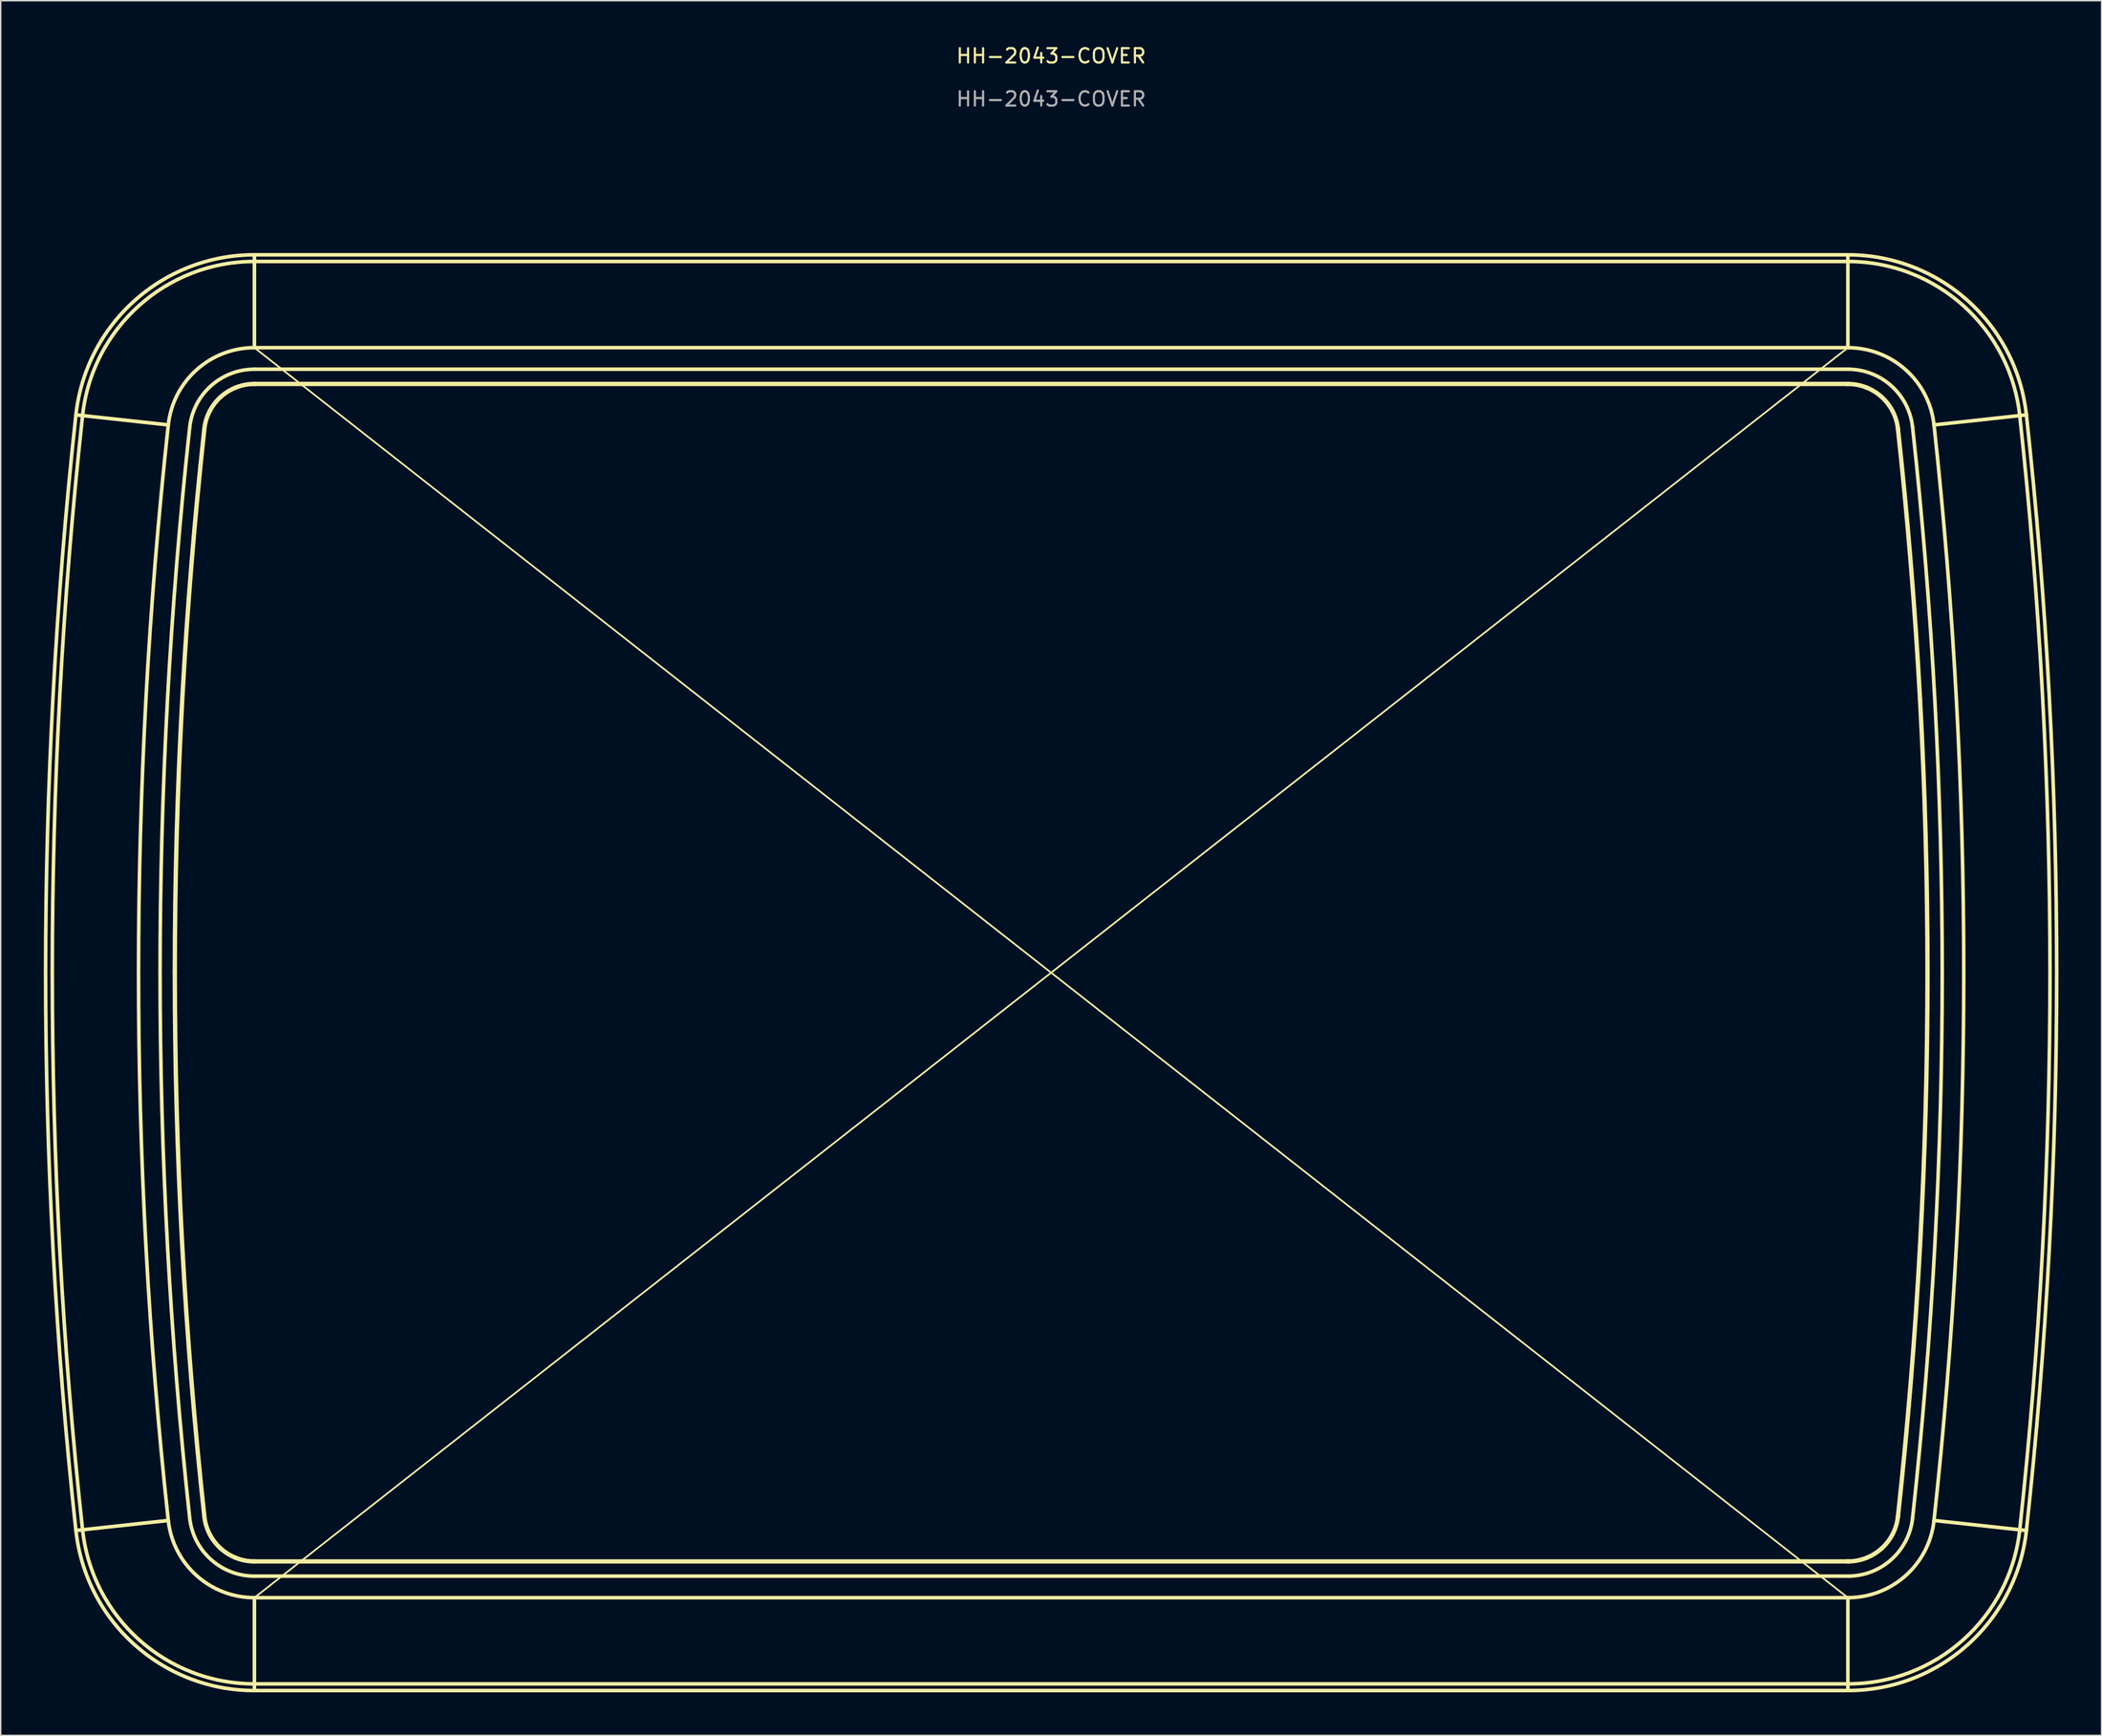
<source format=kicad_pcb>
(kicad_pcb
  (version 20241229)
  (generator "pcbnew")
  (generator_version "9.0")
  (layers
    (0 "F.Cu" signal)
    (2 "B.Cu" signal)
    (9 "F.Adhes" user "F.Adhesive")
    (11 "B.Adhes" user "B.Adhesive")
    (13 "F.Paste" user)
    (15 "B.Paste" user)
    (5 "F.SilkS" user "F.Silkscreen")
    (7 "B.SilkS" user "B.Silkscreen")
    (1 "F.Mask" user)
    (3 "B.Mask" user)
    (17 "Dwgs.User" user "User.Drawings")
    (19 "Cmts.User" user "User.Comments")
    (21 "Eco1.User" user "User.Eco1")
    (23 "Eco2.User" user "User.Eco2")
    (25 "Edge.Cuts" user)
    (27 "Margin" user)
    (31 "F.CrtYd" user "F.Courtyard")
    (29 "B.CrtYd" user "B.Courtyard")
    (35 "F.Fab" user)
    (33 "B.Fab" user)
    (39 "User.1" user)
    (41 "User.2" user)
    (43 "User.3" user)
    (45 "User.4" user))
  (footprint "HH-2043-COVER"
    (layer "F.Cu")
    (at 70.125 64.698)
    (property "Reference" "HH-2043-COVER" (at 0 -63.85 0) (unlocked yes) (layer "F.SilkS") (effects (font (size 1 1) (thickness 0.15))))
    (attr smd)
    (fp_line (start -67.428 -38.803) (end -67.891 -38.853) (stroke (width 0.25) (type solid)) (layer "F.SilkS"))
    (fp_line (start -67.428 -38.803) (end -61.46 -38.153) (stroke (width 0.25) (type solid)) (layer "F.SilkS"))
    (fp_line (start -67.428 38.803) (end -67.891 38.853) (stroke (width 0.25) (type solid)) (layer "F.SilkS"))
    (fp_line (start -67.428 38.803) (end -61.46 38.153) (stroke (width 0.25) (type solid)) (layer "F.SilkS"))
    (fp_line (start -58.923 -37.877) (end -58.975 -37.882) (stroke (width 0.25) (type solid)) (layer "F.SilkS"))
    (fp_line (start -58.923 37.877) (end -58.975 37.882) (stroke (width 0.25) (type solid)) (layer "F.SilkS"))
    (fp_line (start -55.464 40.979) (end -55.464 41.031) (stroke (width 0.25) (type solid)) (layer "F.SilkS"))
    (fp_line (start -55.464 40.979) (end 55.464 40.979) (stroke (width 0.25) (type solid)) (layer "F.SilkS"))
    (fp_line (start -55.464 -49.535) (end -55.464 -50) (stroke (width 0.25) (type solid)) (layer "F.SilkS"))
    (fp_line (start -55.464 -49.535) (end -55.464 -43.531) (stroke (width 0.25) (type solid)) (layer "F.SilkS"))
    (fp_line (start -55.464 -49.535) (end 55.464 -49.535) (stroke (width 0.25) (type solid)) (layer "F.SilkS"))
    (fp_line (start -55.464 -40.979) (end -55.464 -41.031) (stroke (width 0.25) (type solid)) (layer "F.SilkS"))
    (fp_line (start -55.464 41.031) (end 55.464 41.031) (stroke (width 0.25) (type solid)) (layer "F.SilkS"))
    (fp_line (start -55.464 42.031) (end 55.464 42.031) (stroke (width 0.25) (type solid)) (layer "F.SilkS"))
    (fp_line (start -55.464 43.531) (end 55.464 -43.531) (stroke (width 0.12) (type default)) (layer "F.SilkS"))
    (fp_line (start -55.464 43.531) (end 55.464 43.531) (stroke (width 0.25) (type solid)) (layer "F.SilkS"))
    (fp_line (start -55.464 49.535) (end -55.464 43.531) (stroke (width 0.25) (type solid)) (layer "F.SilkS"))
    (fp_line (start -55.464 49.535) (end -55.464 50) (stroke (width 0.25) (type solid)) (layer "F.SilkS"))
    (fp_line (start -55.464 50) (end 55.464 50) (stroke (width 0.25) (type solid)) (layer "F.SilkS"))
    (fp_line (start 55.464 -50) (end -55.464 -50) (stroke (width 0.25) (type solid)) (layer "F.SilkS"))
    (fp_line (start 55.464 -49.535) (end 55.464 -50) (stroke (width 0.25) (type solid)) (layer "F.SilkS"))
    (fp_line (start 55.464 -43.531) (end -55.464 -43.531) (stroke (width 0.25) (type solid)) (layer "F.SilkS"))
    (fp_line (start 55.464 -43.531) (end 55.464 -49.535) (stroke (width 0.25) (type solid)) (layer "F.SilkS"))
    (fp_line (start 55.464 -42.031) (end -55.464 -42.031) (stroke (width 0.25) (type solid)) (layer "F.SilkS"))
    (fp_line (start 55.464 43.531) (end -55.464 -43.531) (stroke (width 0.12) (type default)) (layer "F.SilkS"))
    (fp_line (start 55.464 43.531) (end 55.464 49.535) (stroke (width 0.25) (type solid)) (layer "F.SilkS"))
    (fp_line (start 55.464 49.535) (end -55.464 49.535) (stroke (width 0.25) (type solid)) (layer "F.SilkS"))
    (fp_line (start 55.464 49.535) (end 55.464 50) (stroke (width 0.25) (type solid)) (layer "F.SilkS"))
    (fp_line (start 55.464 -41.031) (end -55.464 -41.031) (stroke (width 0.25) (type solid)) (layer "F.SilkS"))
    (fp_line (start 55.464 -40.979) (end -55.464 -40.979) (stroke (width 0.25) (type solid)) (layer "F.SilkS"))
    (fp_line (start 55.464 -40.979) (end 55.464 -41.031) (stroke (width 0.25) (type solid)) (layer "F.SilkS"))
    (fp_line (start 55.464 40.979) (end 55.464 41.031) (stroke (width 0.25) (type solid)) (layer "F.SilkS"))
    (fp_line (start 58.923 -37.877) (end 58.975 -37.882) (stroke (width 0.25) (type solid)) (layer "F.SilkS"))
    (fp_line (start 58.923 37.877) (end 58.975 37.882) (stroke (width 0.25) (type solid)) (layer "F.SilkS"))
    (fp_line (start 61.46 -38.153) (end 67.428 -38.803) (stroke (width 0.25) (type solid)) (layer "F.SilkS"))
    (fp_line (start 61.46 38.153) (end 67.428 38.803) (stroke (width 0.25) (type solid)) (layer "F.SilkS"))
    (fp_line (start 67.428 -38.803) (end 67.891 -38.853) (stroke (width 0.25) (type solid)) (layer "F.SilkS"))
    (fp_line (start 67.428 38.803) (end 67.891 38.853) (stroke (width 0.25) (type solid)) (layer "F.SilkS"))
    (fp_arc (start -67.890704 -38.853232) (mid -63.81087 -46.805) (end -55.464169 -50) (stroke (width 0.25) (type solid)) (layer "F.SilkS"))
    (fp_arc (start -67.890704 38.853233) (mid -70 0.000001) (end -67.890704 -38.853232) (stroke (width 0.25) (type solid)) (layer "F.SilkS"))
    (fp_arc (start -67.428018 -38.802846) (mid -63.500092 -46.458541) (end -55.464169 -49.534579) (stroke (width 0.25) (type solid)) (layer "F.SilkS"))
    (fp_arc (start -67.428018 38.802847) (mid -69.534579 0.000001) (end -67.428018 -38.802846) (stroke (width 0.25) (type solid)) (layer "F.SilkS"))
    (fp_arc (start -61.460091 -38.152947) (mid -59.491536 -41.98976) (end -55.464169 -43.531369) (stroke (width 0.25) (type solid)) (layer "F.SilkS"))
    (fp_arc (start -61.460091 38.152948) (mid -63.531369 0.000001) (end -61.460091 -38.152947) (stroke (width 0.25) (type solid)) (layer "F.SilkS"))
    (fp_arc (start -59.968907 -37.990559) (mid -58.489933 -40.873162) (end -55.464169 -42.031369) (stroke (width 0.25) (type solid)) (layer "F.SilkS"))
    (fp_arc (start -59.968907 37.99056) (mid -62.031369 0.000001) (end -59.968907 -37.990559) (stroke (width 0.25) (type solid)) (layer "F.SilkS"))
    (fp_arc (start -55.464169 42.031369) (mid -58.48992 40.87314) (end -59.968907 37.99056) (stroke (width 0.25) (type solid)) (layer "F.SilkS"))
    (fp_arc (start -55.464169 43.531369) (mid -59.491523 41.989738) (end -61.460091 38.152948) (stroke (width 0.25) (type solid)) (layer "F.SilkS"))
    (fp_arc (start -55.464169 49.534579) (mid -63.500085 46.458525) (end -67.428018 38.802847) (stroke (width 0.25) (type solid)) (layer "F.SilkS"))
    (fp_arc (start -55.464169 50) (mid -63.810863 46.804983) (end -67.890704 38.853233) (stroke (width 0.25) (type solid)) (layer "F.SilkS"))
    (fp_arc (start 55.464169 -50) (mid 63.810846 -46.804974) (end 67.890703 -38.853232) (stroke (width 0.25) (type solid)) (layer "F.SilkS"))
    (fp_arc (start 55.464169 -49.534579) (mid 63.500068 -46.458515) (end 67.428018 -38.802846) (stroke (width 0.25) (type solid)) (layer "F.SilkS"))
    (fp_arc (start 55.464169 -43.531369) (mid 59.491511 -41.989734) (end 61.46009 -38.152947) (stroke (width 0.25) (type solid)) (layer "F.SilkS"))
    (fp_arc (start 55.464169 -42.031369) (mid 58.489908 -40.873136) (end 59.968906 -37.990559) (stroke (width 0.25) (type solid)) (layer "F.SilkS"))
    (fp_arc (start 59.968906 -37.990559) (mid 62.031369 0) (end 59.968906 37.99056) (stroke (width 0.25) (type solid)) (layer "F.SilkS"))
    (fp_arc (start 59.968906 37.99056) (mid 58.489921 40.873142) (end 55.464169 42.031369) (stroke (width 0.25) (type solid)) (layer "F.SilkS"))
    (fp_arc (start 61.46009 -38.152947) (mid 63.531369 0) (end 61.46009 38.152948) (stroke (width 0.25) (type solid)) (layer "F.SilkS"))
    (fp_arc (start 61.46009 38.152948) (mid 59.491524 41.98974) (end 55.464169 43.531369) (stroke (width 0.25) (type solid)) (layer "F.SilkS"))
    (fp_arc (start 67.428018 -38.802846) (mid 69.534579 0) (end 67.428018 38.802847) (stroke (width 0.25) (type solid)) (layer "F.SilkS"))
    (fp_arc (start 67.428018 38.802847) (mid 63.500081 46.458521) (end 55.464169 49.534579) (stroke (width 0.25) (type solid)) (layer "F.SilkS"))
    (fp_arc (start 67.890703 -38.853232) (mid 70 0) (end 67.890703 38.853233) (stroke (width 0.25) (type solid)) (layer "F.SilkS"))
    (fp_arc (start 67.890703 38.853233) (mid 63.810858 46.804979) (end 55.464169 50) (stroke (width 0.25) (type solid)) (layer "F.SilkS"))
    (fp_circle (center -60.979 0) (end -60.969 0) (stroke (width 0.0001) (type solid)) (fill yes) (layer "F.SilkS"))
    (fp_circle (center 60.979 0) (end 60.989 0) (stroke (width 0.0001) (type solid)) (fill yes) (layer "F.SilkS"))
    (fp_curve (pts (xy -61.031 0) (xy -61.031 6.354) (xy -60.858 12.708) (xy -60.513 19.032)) (stroke (width 0.25) (type solid)) (layer "F.SilkS"))
    (fp_curve (pts (xy -60.979 0) (xy -60.979 6.353) (xy -60.806 12.707) (xy -60.461 19.029)) (stroke (width 0.25) (type solid)) (layer "F.SilkS"))
    (fp_curve (pts (xy -60.513 -19.032) (xy -60.858 -12.708) (xy -61.031 -6.354) (xy -61.031 0)) (stroke (width 0.25) (type solid)) (layer "F.SilkS"))
    (fp_curve (pts (xy -60.513 19.032) (xy -60.169 25.356) (xy -59.654 31.648) (xy -58.975 37.882)) (stroke (width 0.25) (type solid)) (layer "F.SilkS"))
    (fp_curve (pts (xy -60.461 -19.029) (xy -60.806 -12.707) (xy -60.979 -6.353) (xy -60.979 0)) (stroke (width 0.25) (type solid)) (layer "F.SilkS"))
    (fp_curve (pts (xy -60.461 19.029) (xy -60.117 25.352) (xy -59.601 31.644) (xy -58.923 37.877)) (stroke (width 0.25) (type solid)) (layer "F.SilkS"))
    (fp_curve (pts (xy -58.975 -37.882) (xy -59.654 -31.648) (xy -60.169 -25.356) (xy -60.513 -19.032)) (stroke (width 0.25) (type solid)) (layer "F.SilkS"))
    (fp_curve (pts (xy -58.975 37.882) (xy -58.922 38.365) (xy -58.78 38.787) (xy -58.581 39.159)) (stroke (width 0.25) (type solid)) (layer "F.SilkS"))
    (fp_curve (pts (xy -58.923 -37.877) (xy -59.601 -31.644) (xy -60.117 -25.352) (xy -60.461 -19.029)) (stroke (width 0.25) (type solid)) (layer "F.SilkS"))
    (fp_curve (pts (xy -58.923 37.877) (xy -58.871 38.353) (xy -58.731 38.767) (xy -58.535 39.135)) (stroke (width 0.25) (type solid)) (layer "F.SilkS"))
    (fp_curve (pts (xy -58.581 -39.159) (xy -58.78 -38.787) (xy -58.922 -38.365) (xy -58.975 -37.882)) (stroke (width 0.25) (type solid)) (layer "F.SilkS"))
    (fp_curve (pts (xy -58.581 39.159) (xy -58.382 39.532) (xy -58.127 39.856) (xy -57.824 40.127)) (stroke (width 0.25) (type solid)) (layer "F.SilkS"))
    (fp_curve (pts (xy -58.535 -39.135) (xy -58.731 -38.767) (xy -58.871 -38.353) (xy -58.923 -37.877)) (stroke (width 0.25) (type solid)) (layer "F.SilkS"))
    (fp_curve (pts (xy -58.535 39.135) (xy -58.339 39.502) (xy -58.087 39.821) (xy -57.789 40.088)) (stroke (width 0.25) (type solid)) (layer "F.SilkS"))
    (fp_curve (pts (xy -57.824 -40.127) (xy -58.127 -39.856) (xy -58.382 -39.532) (xy -58.581 -39.159)) (stroke (width 0.25) (type solid)) (layer "F.SilkS"))
    (fp_curve (pts (xy -57.824 40.127) (xy -57.521 40.399) (xy -57.172 40.619) (xy -56.779 40.777)) (stroke (width 0.25) (type solid)) (layer "F.SilkS"))
    (fp_curve (pts (xy -57.789 -40.088) (xy -58.087 -39.821) (xy -58.339 -39.502) (xy -58.535 -39.135)) (stroke (width 0.25) (type solid)) (layer "F.SilkS"))
    (fp_curve (pts (xy -57.789 40.088) (xy -57.491 40.356) (xy -57.147 40.572) (xy -56.76 40.728)) (stroke (width 0.25) (type solid)) (layer "F.SilkS"))
    (fp_curve (pts (xy -56.779 -40.777) (xy -57.172 -40.619) (xy -57.521 -40.399) (xy -57.824 -40.127)) (stroke (width 0.25) (type solid)) (layer "F.SilkS"))
    (fp_curve (pts (xy -56.779 40.777) (xy -56.387 40.935) (xy -55.952 41.031) (xy -55.464 41.031)) (stroke (width 0.25) (type solid)) (layer "F.SilkS"))
    (fp_curve (pts (xy -56.76 40.728) (xy -56.373 40.884) (xy -55.945 40.979) (xy -55.464 40.979)) (stroke (width 0.25) (type solid)) (layer "F.SilkS"))
    (fp_curve (pts (xy -56.76 -40.728) (xy -57.147 -40.572) (xy -57.491 -40.356) (xy -57.789 -40.088)) (stroke (width 0.25) (type solid)) (layer "F.SilkS"))
    (fp_curve (pts (xy -55.464 -41.031) (xy -55.952 -41.031) (xy -56.387 -40.935) (xy -56.779 -40.777)) (stroke (width 0.25) (type solid)) (layer "F.SilkS"))
    (fp_curve (pts (xy -55.464 -40.979) (xy -55.945 -40.979) (xy -56.373 -40.884) (xy -56.76 -40.728)) (stroke (width 0.25) (type solid)) (layer "F.SilkS"))
    (fp_curve (pts (xy 55.464 40.979) (xy 55.945 40.979) (xy 56.373 40.884) (xy 56.76 40.728)) (stroke (width 0.25) (type solid)) (layer "F.SilkS"))
    (fp_curve (pts (xy 55.464 41.031) (xy 55.952 41.031) (xy 56.387 40.935) (xy 56.779 40.777)) (stroke (width 0.25) (type solid)) (layer "F.SilkS"))
    (fp_curve (pts (xy 56.76 -40.728) (xy 56.373 -40.884) (xy 55.945 -40.979) (xy 55.464 -40.979)) (stroke (width 0.25) (type solid)) (layer "F.SilkS"))
    (fp_curve (pts (xy 56.76 40.728) (xy 57.147 40.572) (xy 57.491 40.356) (xy 57.789 40.088)) (stroke (width 0.25) (type solid)) (layer "F.SilkS"))
    (fp_curve (pts (xy 56.779 -40.777) (xy 56.387 -40.935) (xy 55.952 -41.031) (xy 55.464 -41.031)) (stroke (width 0.25) (type solid)) (layer "F.SilkS"))
    (fp_curve (pts (xy 56.779 40.777) (xy 57.172 40.619) (xy 57.521 40.399) (xy 57.824 40.127)) (stroke (width 0.25) (type solid)) (layer "F.SilkS"))
    (fp_curve (pts (xy 57.789 -40.088) (xy 57.491 -40.356) (xy 57.147 -40.572) (xy 56.76 -40.728)) (stroke (width 0.25) (type solid)) (layer "F.SilkS"))
    (fp_curve (pts (xy 57.789 40.088) (xy 58.087 39.821) (xy 58.339 39.502) (xy 58.535 39.135)) (stroke (width 0.25) (type solid)) (layer "F.SilkS"))
    (fp_curve (pts (xy 57.824 -40.127) (xy 57.521 -40.399) (xy 57.172 -40.619) (xy 56.779 -40.777)) (stroke (width 0.25) (type solid)) (layer "F.SilkS"))
    (fp_curve (pts (xy 57.824 40.127) (xy 58.127 39.856) (xy 58.382 39.532) (xy 58.581 39.159)) (stroke (width 0.25) (type solid)) (layer "F.SilkS"))
    (fp_curve (pts (xy 58.535 -39.135) (xy 58.339 -39.502) (xy 58.087 -39.821) (xy 57.789 -40.088)) (stroke (width 0.25) (type solid)) (layer "F.SilkS"))
    (fp_curve (pts (xy 58.535 39.135) (xy 58.731 38.767) (xy 58.871 38.353) (xy 58.923 37.877)) (stroke (width 0.25) (type solid)) (layer "F.SilkS"))
    (fp_curve (pts (xy 58.581 -39.159) (xy 58.382 -39.532) (xy 58.127 -39.856) (xy 57.824 -40.127)) (stroke (width 0.25) (type solid)) (layer "F.SilkS"))
    (fp_curve (pts (xy 58.581 39.159) (xy 58.78 38.787) (xy 58.922 38.365) (xy 58.975 37.882)) (stroke (width 0.25) (type solid)) (layer "F.SilkS"))
    (fp_curve (pts (xy 58.923 -37.877) (xy 58.871 -38.353) (xy 58.731 -38.767) (xy 58.535 -39.135)) (stroke (width 0.25) (type solid)) (layer "F.SilkS"))
    (fp_curve (pts (xy 58.923 37.877) (xy 59.601 31.644) (xy 60.117 25.352) (xy 60.461 19.029)) (stroke (width 0.25) (type solid)) (layer "F.SilkS"))
    (fp_curve (pts (xy 58.975 -37.882) (xy 58.922 -38.365) (xy 58.78 -38.787) (xy 58.581 -39.159)) (stroke (width 0.25) (type solid)) (layer "F.SilkS"))
    (fp_curve (pts (xy 58.975 37.882) (xy 59.654 31.648) (xy 60.169 25.356) (xy 60.513 19.032)) (stroke (width 0.25) (type solid)) (layer "F.SilkS"))
    (fp_curve (pts (xy 60.461 -19.029) (xy 60.117 -25.352) (xy 59.601 -31.644) (xy 58.923 -37.877)) (stroke (width 0.25) (type solid)) (layer "F.SilkS"))
    (fp_curve (pts (xy 60.461 19.029) (xy 60.806 12.707) (xy 60.979 6.353) (xy 60.979 0)) (stroke (width 0.25) (type solid)) (layer "F.SilkS"))
    (fp_curve (pts (xy 60.513 -19.032) (xy 60.169 -25.356) (xy 59.654 -31.648) (xy 58.975 -37.882)) (stroke (width 0.25) (type solid)) (layer "F.SilkS"))
    (fp_curve (pts (xy 60.513 19.032) (xy 60.858 12.708) (xy 61.031 6.354) (xy 61.031 0)) (stroke (width 0.25) (type solid)) (layer "F.SilkS"))
    (fp_curve (pts (xy 60.979 0) (xy 60.979 -6.353) (xy 60.806 -12.707) (xy 60.461 -19.029)) (stroke (width 0.25) (type solid)) (layer "F.SilkS"))
    (fp_curve (pts (xy 61.031 0) (xy 61.031 -6.354) (xy 60.858 -12.708) (xy 60.513 -19.032)) (stroke (width 0.25) (type solid)) (layer "F.SilkS"))
    (fp_text user "${REFERENCE}" (at 0 -60.85 0) (unlocked yes) (layer "F.Fab") (effects (font (size 1 1) (thickness 0.15)))))
  (gr_rect
    (start -3 -3)
    (end 143.25 117.823)
    (stroke (width 0.1) (type default))
    (fill no)
    (layer "Edge.Cuts")))
</source>
